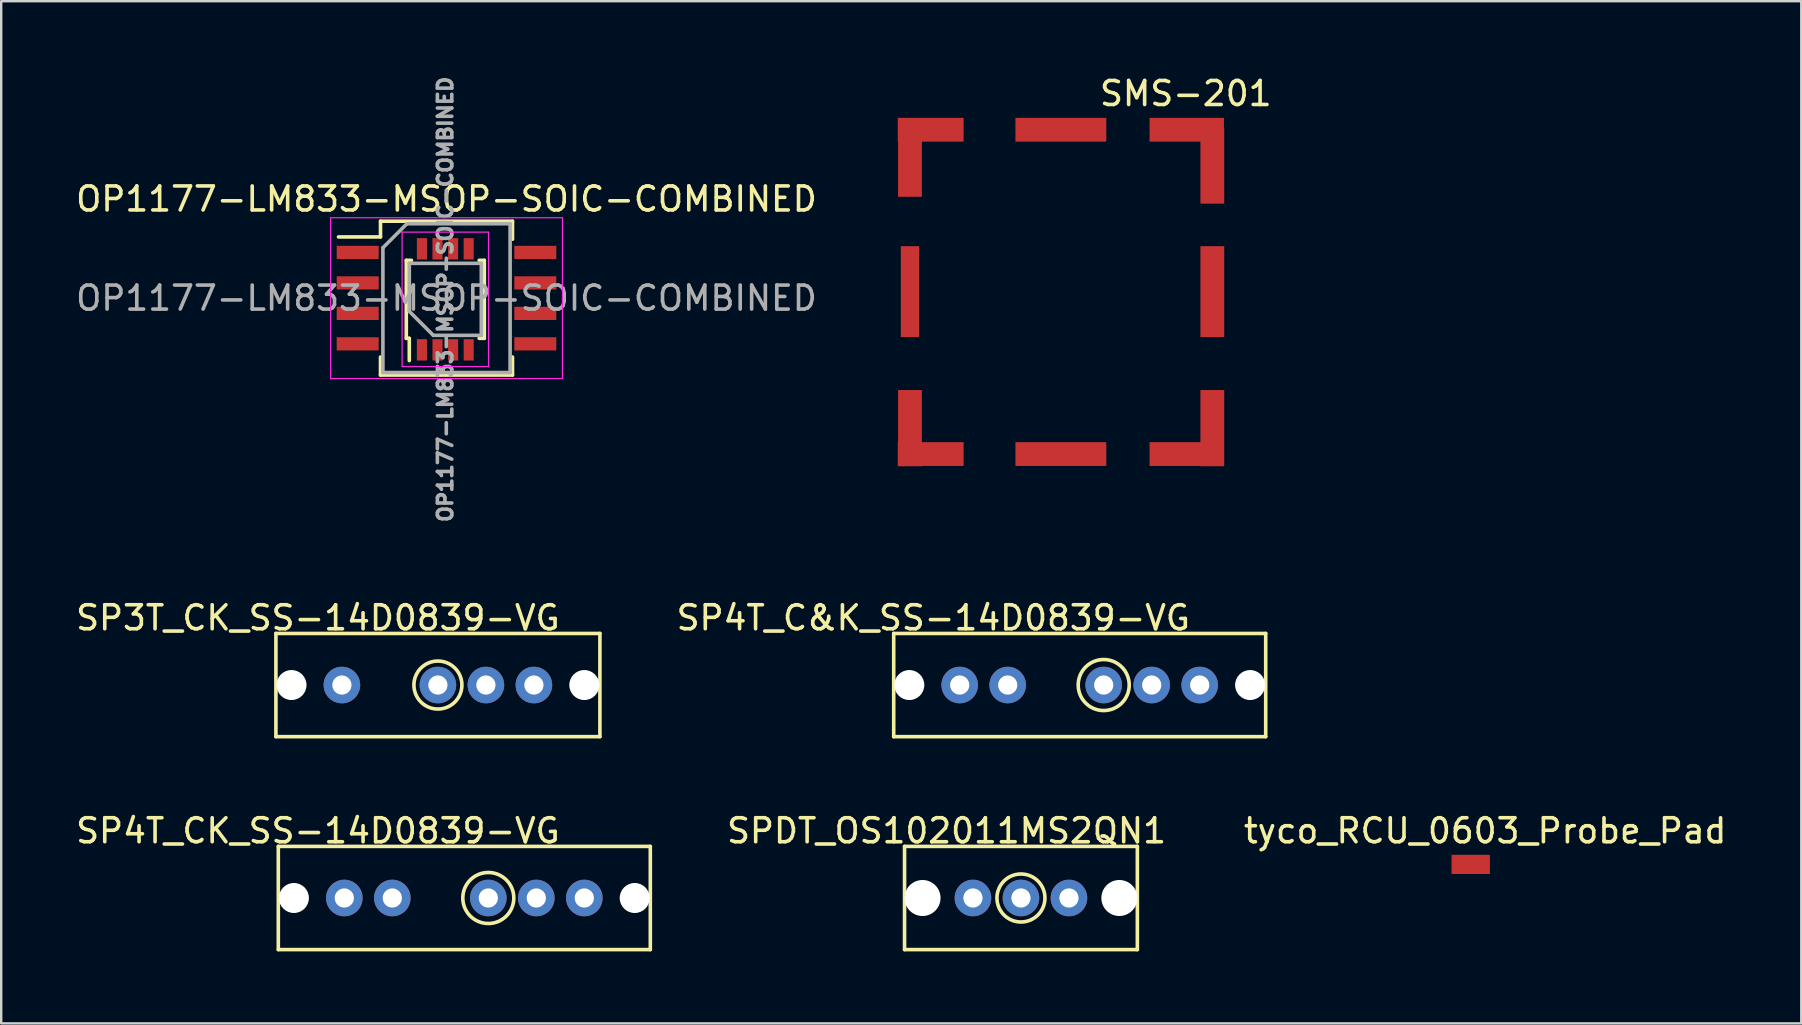
<source format=kicad_pcb>
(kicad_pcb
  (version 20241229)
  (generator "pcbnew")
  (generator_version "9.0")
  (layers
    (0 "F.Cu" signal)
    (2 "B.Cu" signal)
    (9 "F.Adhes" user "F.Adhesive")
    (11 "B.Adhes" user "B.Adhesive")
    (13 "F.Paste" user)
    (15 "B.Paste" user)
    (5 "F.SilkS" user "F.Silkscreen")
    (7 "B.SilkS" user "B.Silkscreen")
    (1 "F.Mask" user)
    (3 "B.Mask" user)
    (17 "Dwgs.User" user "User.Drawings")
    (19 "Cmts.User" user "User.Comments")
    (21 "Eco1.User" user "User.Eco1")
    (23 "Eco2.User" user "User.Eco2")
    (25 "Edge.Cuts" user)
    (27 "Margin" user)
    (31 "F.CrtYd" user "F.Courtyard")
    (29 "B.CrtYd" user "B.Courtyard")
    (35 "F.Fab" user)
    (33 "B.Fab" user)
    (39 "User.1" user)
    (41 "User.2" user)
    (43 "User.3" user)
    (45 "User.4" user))
  (footprint "SPDT_OS102011MS2QN1"
    (layer "F.Cu")
    (at 39.489 34.366)
    (property "Reference" "SPDT_OS102011MS2QN1" (at -3.1 -2.8 0) (layer "F.SilkS") (effects (font (size 1 1) (thickness 0.15))))
    (attr through_hole)
    (fp_line (start -4.85 -2.15) (end -4.85 2.15) (stroke (width 0.15) (type solid)) (layer "F.SilkS"))
    (fp_line (start -4.85 2.15) (end 4.85 2.15) (stroke (width 0.15) (type solid)) (layer "F.SilkS"))
    (fp_line (start 4.85 -2.15) (end -4.85 -2.15) (stroke (width 0.15) (type solid)) (layer "F.SilkS"))
    (fp_line (start 4.85 2.15) (end 4.85 -2.15) (stroke (width 0.15) (type solid)) (layer "F.SilkS"))
    (fp_circle (center 0 0) (end 0 1) (stroke (width 0.15) (type solid)) (fill no) (layer "F.SilkS"))
    (pad "" np_thru_hole circle (at -4.1 0) (size 1.5 1.5) (drill 1.5) (layers "*.Cu" "*.Mask"))
    (pad "" np_thru_hole circle (at 4.1 0) (size 1.5 1.5) (drill 1.5) (layers "*.Cu" "*.Mask"))
    (pad "1" thru_hole circle (at -2 0) (size 1.524 1.524) (drill 0.8) (layers "*.Cu" "*.Mask"))
    (pad "2" thru_hole circle (at 0 0) (size 1.524 1.524) (drill 0.8) (layers "*.Cu" "*.Mask"))
    (pad "3" thru_hole circle (at 2 0) (size 1.524 1.524) (drill 0.8) (layers "*.Cu" "*.Mask")))
  (footprint "SP4T_CK_SS-14D0839-VG"
    (layer "F.Cu")
    (at 16.296 34.366)
    (property "Reference" "SP4T_CK_SS-14D0839-VG" (at -6.1 -2.8 0) (layer "F.SilkS") (effects (font (size 1 1) (thickness 0.15))))
    (attr through_hole)
    (fp_line (start -7.75 -2.15) (end -7.75 2.15) (stroke (width 0.15) (type solid)) (layer "F.SilkS"))
    (fp_line (start -7.75 2.15) (end 7.75 2.15) (stroke (width 0.15) (type solid)) (layer "F.SilkS"))
    (fp_line (start 7.75 -2.15) (end -7.75 -2.15) (stroke (width 0.15) (type solid)) (layer "F.SilkS"))
    (fp_line (start 7.75 2.15) (end 7.75 -2.15) (stroke (width 0.15) (type solid)) (layer "F.SilkS"))
    (fp_circle (center 1 0) (end 1.8 0.7) (stroke (width 0.15) (type solid)) (fill no) (layer "F.SilkS"))
    (pad "" np_thru_hole circle (at -7.1 0) (size 1.25 1.25) (drill 1.25) (layers "*.Cu" "*.Mask"))
    (pad "" np_thru_hole circle (at 7.1 0) (size 1.25 1.25) (drill 1.25) (layers "*.Cu" "*.Mask"))
    (pad "1" thru_hole circle (at -5 0) (size 1.524 1.524) (drill 0.8) (layers "*.Cu" "*.Mask"))
    (pad "2" thru_hole circle (at -3 0) (size 1.524 1.524) (drill 0.8) (layers "*.Cu" "*.Mask"))
    (pad "3" thru_hole circle (at 3 0) (size 1.524 1.524) (drill 0.8) (layers "*.Cu" "*.Mask"))
    (pad "4" thru_hole circle (at 5 0) (size 1.524 1.524) (drill 0.8) (layers "*.Cu" "*.Mask"))
    (pad "C" thru_hole circle (at 1 0) (size 1.524 1.524) (drill 0.8) (layers "*.Cu" "*.Mask")))
  (footprint "OP1177-LM833-MSOP-SOIC-COMBINED"
    (layer "F.Cu")
    (at 15.554 9.372)
    (property "Reference" "OP1177-LM833-MSOP-SOIC-COMBINED" (at 0 -4.13 0) (layer "F.SilkS") (effects (font (size 1 1) (thickness 0.15))))
    (attr smd)
    (fp_line (start -2.75 -3.205) (end -2.75 -2.55) (stroke (width 0.15) (type solid)) (layer "F.SilkS"))
    (fp_line (start -2.75 -3.205) (end 2.75 -3.205) (stroke (width 0.15) (type solid)) (layer "F.SilkS"))
    (fp_line (start -2.75 -2.55) (end -4.5 -2.55) (stroke (width 0.15) (type solid)) (layer "F.SilkS"))
    (fp_line (start -2.75 3.205) (end -2.75 2.455) (stroke (width 0.15) (type solid)) (layer "F.SilkS"))
    (fp_line (start -2.75 3.205) (end 2.75 3.205) (stroke (width 0.15) (type solid)) (layer "F.SilkS"))
    (fp_line (start -1.675 -1.575) (end -1.46 -1.575) (stroke (width 0.15) (type solid)) (layer "F.SilkS"))
    (fp_line (start -1.675 1.675) (end -1.675 -1.575) (stroke (width 0.15) (type solid)) (layer "F.SilkS"))
    (fp_line (start -1.675 1.675) (end -1.55 1.675) (stroke (width 0.15) (type solid)) (layer "F.SilkS"))
    (fp_line (start -1.55 1.675) (end -1.55 2.6) (stroke (width 0.15) (type solid)) (layer "F.SilkS"))
    (fp_line (start 1.575 -1.575) (end 1.36 -1.575) (stroke (width 0.15) (type solid)) (layer "F.SilkS"))
    (fp_line (start 1.575 1.675) (end 1.36 1.675) (stroke (width 0.15) (type solid)) (layer "F.SilkS"))
    (fp_line (start 1.575 1.675) (end 1.575 -1.575) (stroke (width 0.15) (type solid)) (layer "F.SilkS"))
    (fp_line (start 2.75 -3.205) (end 2.75 -2.455) (stroke (width 0.15) (type solid)) (layer "F.SilkS"))
    (fp_line (start 2.75 3.205) (end 2.75 2.455) (stroke (width 0.15) (type solid)) (layer "F.SilkS"))
    (fp_line (start -4.83 -3.35) (end -4.83 3.35) (stroke (width 0.05) (type solid)) (layer "F.CrtYd"))
    (fp_line (start -4.83 -3.35) (end 4.83 -3.35) (stroke (width 0.05) (type solid)) (layer "F.CrtYd"))
    (fp_line (start -4.83 3.35) (end 4.83 3.35) (stroke (width 0.05) (type solid)) (layer "F.CrtYd"))
    (fp_line (start -1.85 -2.75) (end 1.75 -2.75) (stroke (width 0.05) (type solid)) (layer "F.CrtYd"))
    (fp_line (start -1.85 2.85) (end -1.85 -2.75) (stroke (width 0.05) (type solid)) (layer "F.CrtYd"))
    (fp_line (start -1.85 2.85) (end 1.75 2.85) (stroke (width 0.05) (type solid)) (layer "F.CrtYd"))
    (fp_line (start 1.75 2.85) (end 1.75 -2.75) (stroke (width 0.05) (type solid)) (layer "F.CrtYd"))
    (fp_line (start 4.83 -3.35) (end 4.83 3.35) (stroke (width 0.05) (type solid)) (layer "F.CrtYd"))
    (fp_line (start -2.65 -2.1) (end -1.65 -3.1) (stroke (width 0.15) (type solid)) (layer "F.Fab"))
    (fp_line (start -2.65 3.1) (end -2.65 -2.1) (stroke (width 0.15) (type solid)) (layer "F.Fab"))
    (fp_line (start -1.65 -3.1) (end 2.65 -3.1) (stroke (width 0.15) (type solid)) (layer "F.Fab"))
    (fp_line (start -1.55 -1.45) (end 1.45 -1.45) (stroke (width 0.15) (type solid)) (layer "F.Fab"))
    (fp_line (start -1.55 0.55) (end -1.55 -1.45) (stroke (width 0.15) (type solid)) (layer "F.Fab"))
    (fp_line (start -0.55 1.55) (end -1.55 0.55) (stroke (width 0.15) (type solid)) (layer "F.Fab"))
    (fp_line (start 1.45 -1.45) (end 1.45 1.55) (stroke (width 0.15) (type solid)) (layer "F.Fab"))
    (fp_line (start 1.45 1.55) (end -0.55 1.55) (stroke (width 0.15) (type solid)) (layer "F.Fab"))
    (fp_line (start 2.65 -3.1) (end 2.65 3.1) (stroke (width 0.15) (type solid)) (layer "F.Fab"))
    (fp_line (start 2.65 3.1) (end -2.65 3.1) (stroke (width 0.15) (type solid)) (layer "F.Fab"))
    (fp_text user "${REFERENCE}" (at -0.05 0.05 90) (layer "F.Fab") (effects (font (size 0.6 0.6) (thickness 0.15))))
    (fp_text user "${REFERENCE}" (at 0 0 0) (layer "F.Fab") (effects (font (size 1 1) (thickness 0.15))))
    (pad "1" smd rect (at -3.7 -1.905) (size 1.75 0.55) (layers "F.Cu" "F.Mask" "F.Paste"))
    (pad "1" smd rect (at -1.025 2.155 90) (size 0.89 0.42) (layers "F.Cu" "F.Mask" "F.Paste"))
    (pad "2" smd rect (at -3.7 -0.635) (size 1.75 0.55) (layers "F.Cu" "F.Mask" "F.Paste"))
    (pad "2" smd rect (at -0.375 2.155 90) (size 0.89 0.42) (layers "F.Cu" "F.Mask" "F.Paste"))
    (pad "3" smd rect (at -3.7 0.635) (size 1.75 0.55) (layers "F.Cu" "F.Mask" "F.Paste"))
    (pad "3" smd rect (at 0.275 2.155 90) (size 0.89 0.42) (layers "F.Cu" "F.Mask" "F.Paste"))
    (pad "4" smd rect (at -3.7 1.905) (size 1.75 0.55) (layers "F.Cu" "F.Mask" "F.Paste"))
    (pad "4" smd rect (at 0.925 2.155 90) (size 0.89 0.42) (layers "F.Cu" "F.Mask" "F.Paste"))
    (pad "5" smd rect (at 0.925 -2.055 90) (size 0.89 0.42) (layers "F.Cu" "F.Mask" "F.Paste"))
    (pad "5" smd rect (at 3.7 1.905) (size 1.75 0.55) (layers "F.Cu" "F.Mask" "F.Paste"))
    (pad "6" smd rect (at 0.275 -2.055 90) (size 0.89 0.42) (layers "F.Cu" "F.Mask" "F.Paste"))
    (pad "6" smd rect (at 3.7 0.635) (size 1.75 0.55) (layers "F.Cu" "F.Mask" "F.Paste"))
    (pad "7" smd rect (at -0.375 -2.055 90) (size 0.89 0.42) (layers "F.Cu" "F.Mask" "F.Paste"))
    (pad "7" smd rect (at 3.7 -0.635) (size 1.75 0.55) (layers "F.Cu" "F.Mask" "F.Paste"))
    (pad "8" smd rect (at -1.025 -2.055 90) (size 0.89 0.42) (layers "F.Cu" "F.Mask" "F.Paste"))
    (pad "8" smd rect (at 3.7 -1.905) (size 1.75 0.55) (layers "F.Cu" "F.Mask" "F.Paste")))
  (footprint "SMS-201"
    (layer "F.Cu")
    (at 34.357 1.848)
    (property "Reference" "SMS-201" (at 12 -1 0) (layer "F.SilkS") (effects (font (size 1 1) (thickness 0.15))))
    (attr through_hole)
    (pad "1" smd rect (at 0.508 1.714) (size 0.991 3.175) (layers "F.Cu" "F.Mask" "F.Paste"))
    (pad "1" smd rect (at 0.508 7.252) (size 0.762 3.785) (layers "F.Cu" "F.Mask" "F.Paste"))
    (pad "1" smd rect (at 0.508 12.941 180) (size 0.991 3.175) (layers "F.Cu" "F.Mask" "F.Paste"))
    (pad "1" smd rect (at 1.372 0.508 90) (size 0.991 2.743) (layers "F.Cu" "F.Mask" "F.Paste"))
    (pad "1" smd rect (at 1.372 14.021) (size 2.743 0.991) (layers "F.Cu" "F.Mask" "F.Paste"))
    (pad "1" smd rect (at 6.795 0.508 90) (size 0.991 3.785) (layers "F.Cu" "F.Mask" "F.Paste"))
    (pad "1" smd rect (at 6.795 14.021 90) (size 0.991 3.785) (layers "F.Cu" "F.Mask" "F.Paste"))
    (pad "1" smd rect (at 12.04 0.508 270) (size 0.991 3.099) (layers "F.Cu" "F.Mask" "F.Paste"))
    (pad "1" smd rect (at 12.04 14.021 270) (size 0.991 3.099) (layers "F.Cu" "F.Mask" "F.Paste"))
    (pad "1" smd rect (at 13.106 2 180) (size 0.991 3.175) (layers "F.Cu" "F.Mask" "F.Paste"))
    (pad "1" smd rect (at 13.106 7.252) (size 0.991 3.785) (layers "F.Cu" "F.Mask" "F.Paste"))
    (pad "1" smd rect (at 13.106 12.941) (size 0.991 3.175) (layers "F.Cu" "F.Mask" "F.Paste")))
  (footprint "SP4T_C&K_SS-14D0839-VG"
    (layer "F.Cu")
    (at 41.937 25.493)
    (property "Reference" "SP4T_C&K_SS-14D0839-VG" (at -6.1 -2.8 0) (layer "F.SilkS") (effects (font (size 1 1) (thickness 0.15))))
    (attr through_hole)
    (fp_line (start -7.75 -2.15) (end -7.75 2.15) (stroke (width 0.15) (type solid)) (layer "F.SilkS"))
    (fp_line (start -7.75 2.15) (end 7.75 2.15) (stroke (width 0.15) (type solid)) (layer "F.SilkS"))
    (fp_line (start 7.75 -2.15) (end -7.75 -2.15) (stroke (width 0.15) (type solid)) (layer "F.SilkS"))
    (fp_line (start 7.75 2.15) (end 7.75 -2.15) (stroke (width 0.15) (type solid)) (layer "F.SilkS"))
    (fp_circle (center 1 0) (end 1.8 0.7) (stroke (width 0.15) (type solid)) (fill no) (layer "F.SilkS"))
    (pad "" np_thru_hole circle (at -7.1 0) (size 1.25 1.25) (drill 1.25) (layers "*.Cu" "*.Mask"))
    (pad "" np_thru_hole circle (at 7.1 0) (size 1.25 1.25) (drill 1.25) (layers "*.Cu" "*.Mask"))
    (pad "1" thru_hole circle (at -5 0) (size 1.524 1.524) (drill 0.8) (layers "*.Cu" "*.Mask"))
    (pad "2" thru_hole circle (at -3 0) (size 1.524 1.524) (drill 0.8) (layers "*.Cu" "*.Mask"))
    (pad "3" thru_hole circle (at 3 0) (size 1.524 1.524) (drill 0.8) (layers "*.Cu" "*.Mask"))
    (pad "4" thru_hole circle (at 5 0) (size 1.524 1.524) (drill 0.8) (layers "*.Cu" "*.Mask"))
    (pad "C" thru_hole circle (at 1 0) (size 1.524 1.524) (drill 0.8) (layers "*.Cu" "*.Mask")))
  (footprint "SP3T_CK_SS-14D0839-VG"
    (layer "F.Cu")
    (at 15.196 25.493)
    (property "Reference" "SP3T_CK_SS-14D0839-VG" (at -5 -2.8 0) (layer "F.SilkS") (effects (font (size 1 1) (thickness 0.15))))
    (attr through_hole)
    (fp_line (start -6.75 -2.15) (end -6.75 2.15) (stroke (width 0.15) (type solid)) (layer "F.SilkS"))
    (fp_line (start -6.75 2.15) (end 6.75 2.15) (stroke (width 0.15) (type solid)) (layer "F.SilkS"))
    (fp_line (start 6.75 -2.15) (end -6.75 -2.15) (stroke (width 0.15) (type solid)) (layer "F.SilkS"))
    (fp_line (start 6.75 2.15) (end 6.75 -2.15) (stroke (width 0.15) (type solid)) (layer "F.SilkS"))
    (fp_circle (center 0 0) (end 0 1) (stroke (width 0.15) (type solid)) (fill no) (layer "F.SilkS"))
    (pad "" np_thru_hole circle (at -6.1 0) (size 1.25 1.25) (drill 1.25) (layers "*.Cu" "*.Mask"))
    (pad "" np_thru_hole circle (at 6.1 0) (size 1.25 1.25) (drill 1.25) (layers "*.Cu" "*.Mask"))
    (pad "1" thru_hole circle (at -4 0) (size 1.524 1.524) (drill 0.8) (layers "*.Cu" "*.Mask"))
    (pad "2" thru_hole circle (at 2 0) (size 1.524 1.524) (drill 0.8) (layers "*.Cu" "*.Mask"))
    (pad "3" thru_hole circle (at 4 0) (size 1.524 1.524) (drill 0.8) (layers "*.Cu" "*.Mask"))
    (pad "C" thru_hole circle (at 0 0) (size 1.524 1.524) (drill 0.8) (layers "*.Cu" "*.Mask")))
  (footprint "tyco_RCU_0603_Probe_Pad"
    (layer "F.Cu")
    (at 58.83 31.066)
    (property "Reference" "tyco_RCU_0603_Probe_Pad" (at 0 0.5 0) (layer "F.SilkS") (effects (font (size 1 1) (thickness 0.15))))
    (attr through_hole)
    (pad "1" smd rect (at -0.6 1.9) (size 1.6 0.8) (layers "F.Cu" "F.Mask" "F.Paste")))
  (gr_rect
    (start -3 -3)
    (end 72.002 39.591)
    (stroke (width 0.1) (type default))
    (fill no)
    (layer "Edge.Cuts")))
</source>
